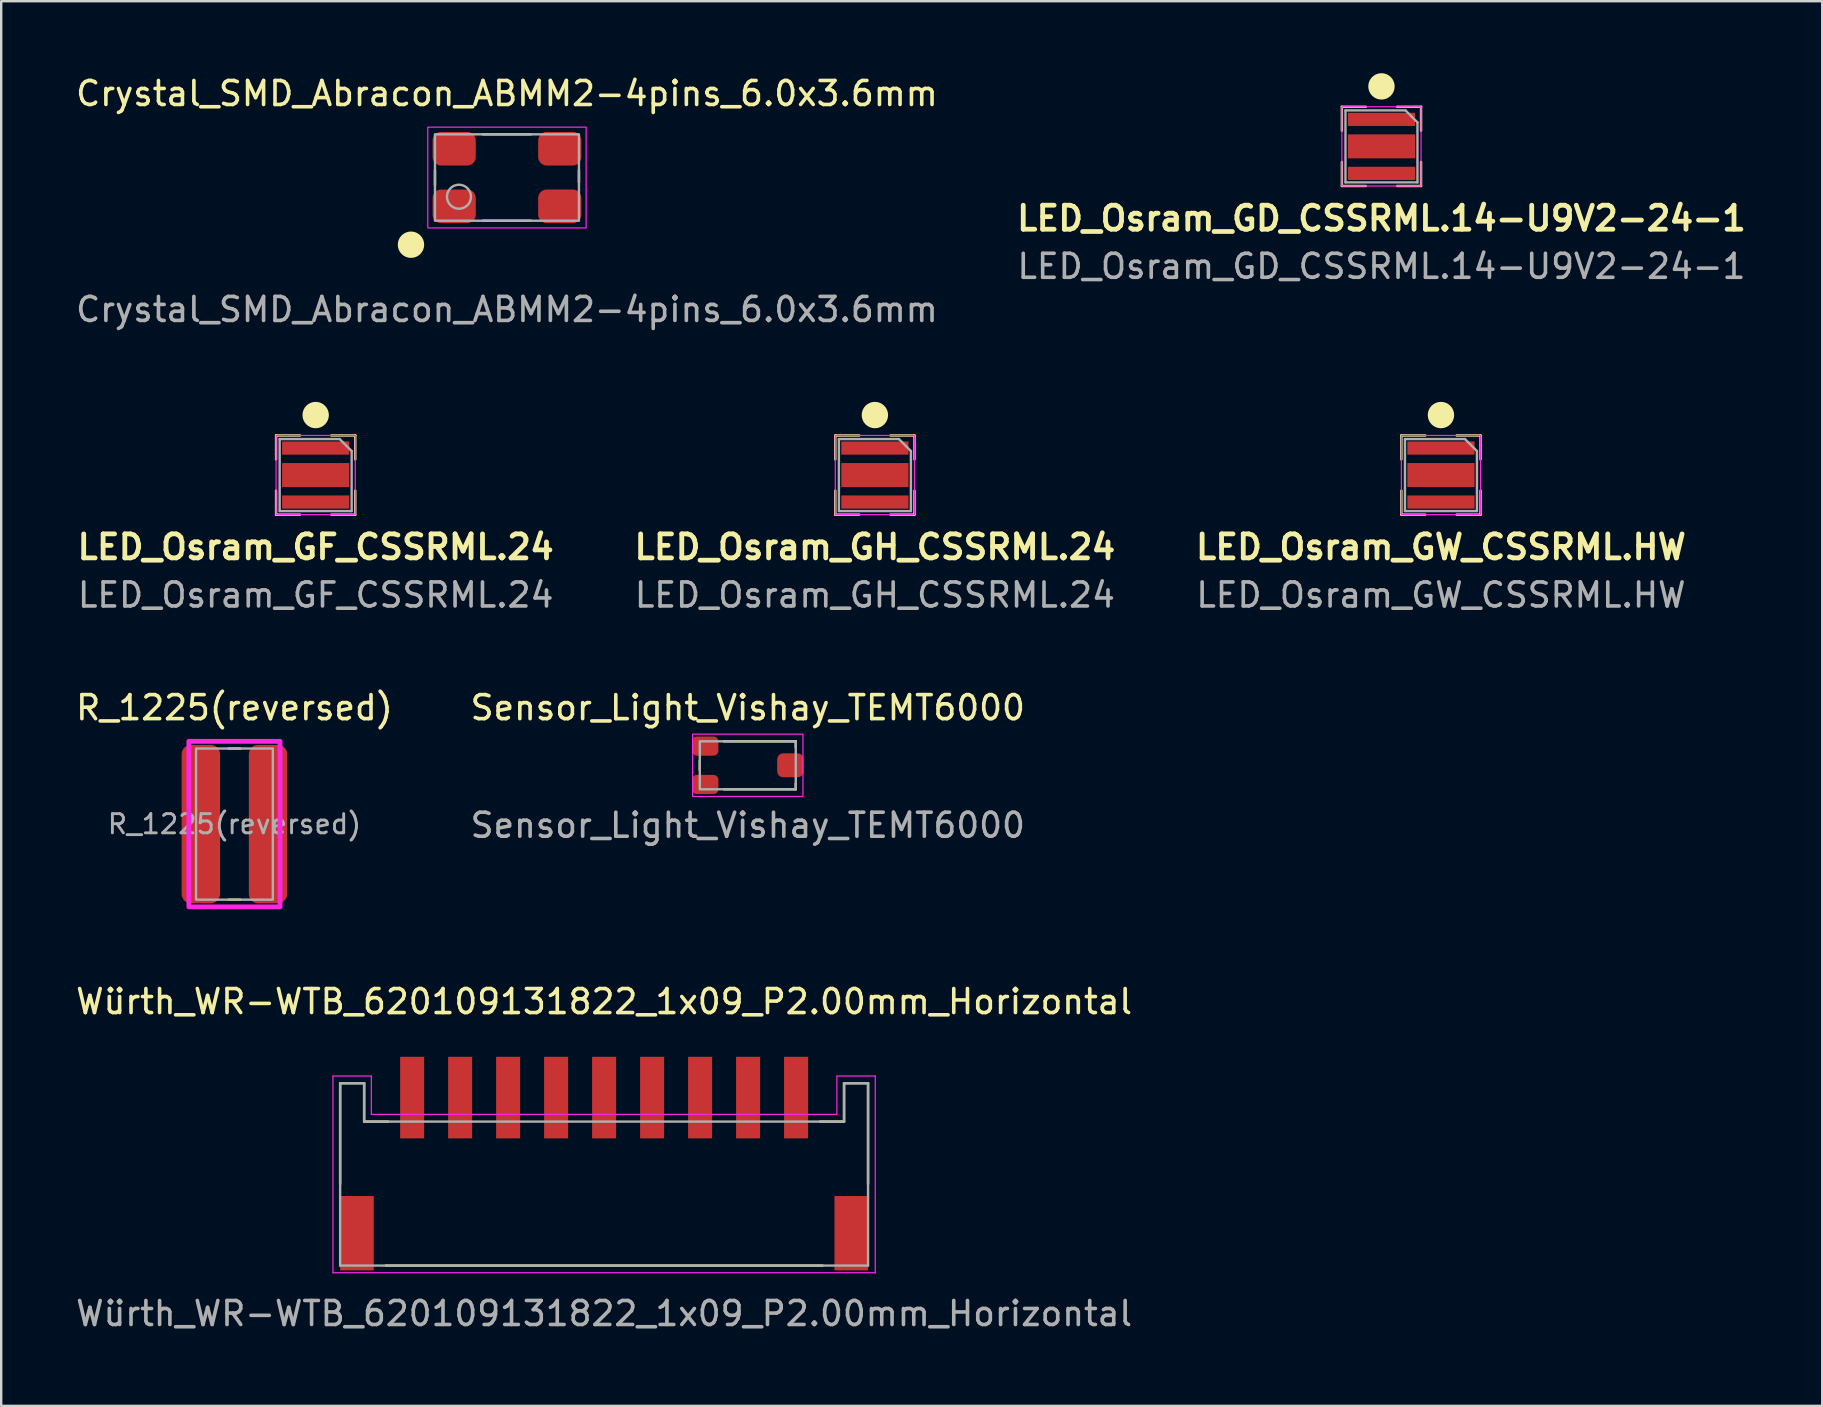
<source format=kicad_pcb>
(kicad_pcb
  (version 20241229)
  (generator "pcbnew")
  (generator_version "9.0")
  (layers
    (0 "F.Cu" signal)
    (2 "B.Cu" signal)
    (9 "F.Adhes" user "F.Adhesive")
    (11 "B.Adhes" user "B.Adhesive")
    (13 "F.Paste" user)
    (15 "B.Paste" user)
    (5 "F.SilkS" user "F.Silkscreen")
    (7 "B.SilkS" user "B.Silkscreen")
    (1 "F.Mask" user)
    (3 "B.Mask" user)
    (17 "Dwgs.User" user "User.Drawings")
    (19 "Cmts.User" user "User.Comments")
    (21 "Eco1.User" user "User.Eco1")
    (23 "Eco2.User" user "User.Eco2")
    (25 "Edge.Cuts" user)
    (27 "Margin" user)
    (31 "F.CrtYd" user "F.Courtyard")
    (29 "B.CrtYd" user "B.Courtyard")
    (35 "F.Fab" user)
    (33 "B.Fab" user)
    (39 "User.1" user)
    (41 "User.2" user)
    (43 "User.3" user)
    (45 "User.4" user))
  (footprint "LED_Osram_GD_CSSRML.14-U9V2-24-1"
    (layer "F.Cu")
    (at 54.521 3.05)
    (property "Reference" "LED_Osram_GD_CSSRML.14-U9V2-24-1" (at 0 3 0) (unlocked yes) (layer "F.SilkS") (effects (font (size 1 1) (thickness 0.2) (bold yes))))
    (attr smd)
    (fp_line (start -1.65 -1.65) (end -0.65 -1.65) (stroke (width 0.1) (type default)) (layer "F.SilkS"))
    (fp_line (start -1.65 -0.65) (end -1.65 -1.65) (stroke (width 0.1) (type default)) (layer "F.SilkS"))
    (fp_line (start -1.65 0.65) (end -1.65 1.65) (stroke (width 0.1) (type default)) (layer "F.SilkS"))
    (fp_line (start -0.65 1.65) (end -1.65 1.65) (stroke (width 0.1) (type default)) (layer "F.SilkS"))
    (fp_line (start 0.65 -1.65) (end 1.65 -1.65) (stroke (width 0.1) (type default)) (layer "F.SilkS"))
    (fp_line (start 0.65 1.65) (end 1.65 1.65) (stroke (width 0.1) (type default)) (layer "F.SilkS"))
    (fp_line (start 1.65 -0.65) (end 1.65 -1.65) (stroke (width 0.1) (type default)) (layer "F.SilkS"))
    (fp_line (start 1.65 0.65) (end 1.65 1.65) (stroke (width 0.1) (type default)) (layer "F.SilkS"))
    (fp_circle (center 0 -2.5) (end 0.5 -2.5) (stroke (width 0.1) (type solid)) (fill yes) (layer "F.SilkS"))
    (fp_rect (start -1.65 -1.65) (end 1.65 1.65) (stroke (width 0.05) (type default)) (fill no) (layer "F.CrtYd"))
    (fp_line (start -1.5 -1.5) (end 1 -1.5) (stroke (width 0.1) (type default)) (layer "F.Fab"))
    (fp_line (start -1.5 1.5) (end -1.5 -1.5) (stroke (width 0.1) (type default)) (layer "F.Fab"))
    (fp_line (start 1 -1.5) (end 1.5 -1) (stroke (width 0.1) (type default)) (layer "F.Fab"))
    (fp_line (start 1.5 -1) (end 1.5 1.5) (stroke (width 0.1) (type default)) (layer "F.Fab"))
    (fp_line (start 1.5 1.5) (end -1.5 1.5) (stroke (width 0.1) (type default)) (layer "F.Fab"))
    (fp_text user "${REFERENCE}" (at 0 5 0) (unlocked yes) (layer "F.Fab") (effects (font (size 1 1) (thickness 0.15))))
    (pad "1" smd rect (at 0 -1.125 180) (size 2.8 0.55) (layers "F.Cu" "F.Mask" "F.Paste"))
    (pad "2" smd rect (at 0 1.125) (size 2.8 0.55) (layers "F.Cu" "F.Mask" "F.Paste"))
    (pad "3" smd rect (at 0 0 180) (size 2.8 1) (layers "F.Cu" "F.Mask" "F.Paste")))
  (footprint "LED_Osram_GF_CSSRML.24"
    (layer "F.Cu")
    (at 10.105 16.747)
    (property "Reference" "LED_Osram_GF_CSSRML.24" (at 0 3 0) (unlocked yes) (layer "F.SilkS") (effects (font (size 1 1) (thickness 0.2) (bold yes))))
    (attr smd)
    (fp_line (start -1.65 -1.65) (end -0.65 -1.65) (stroke (width 0.1) (type default)) (layer "F.SilkS"))
    (fp_line (start -1.65 -0.65) (end -1.65 -1.65) (stroke (width 0.1) (type default)) (layer "F.SilkS"))
    (fp_line (start -1.65 0.65) (end -1.65 1.65) (stroke (width 0.1) (type default)) (layer "F.SilkS"))
    (fp_line (start -0.65 1.65) (end -1.65 1.65) (stroke (width 0.1) (type default)) (layer "F.SilkS"))
    (fp_line (start 0.65 -1.65) (end 1.65 -1.65) (stroke (width 0.1) (type default)) (layer "F.SilkS"))
    (fp_line (start 0.65 1.65) (end 1.65 1.65) (stroke (width 0.1) (type default)) (layer "F.SilkS"))
    (fp_line (start 1.65 -0.65) (end 1.65 -1.65) (stroke (width 0.1) (type default)) (layer "F.SilkS"))
    (fp_line (start 1.65 0.65) (end 1.65 1.65) (stroke (width 0.1) (type default)) (layer "F.SilkS"))
    (fp_circle (center 0 -2.5) (end 0.5 -2.5) (stroke (width 0.1) (type solid)) (fill yes) (layer "F.SilkS"))
    (fp_rect (start -1.65 -1.65) (end 1.65 1.65) (stroke (width 0.05) (type default)) (fill no) (layer "F.CrtYd"))
    (fp_line (start -1.5 -1.5) (end 1 -1.5) (stroke (width 0.1) (type default)) (layer "F.Fab"))
    (fp_line (start -1.5 1.5) (end -1.5 -1.5) (stroke (width 0.1) (type default)) (layer "F.Fab"))
    (fp_line (start 1 -1.5) (end 1.5 -1) (stroke (width 0.1) (type default)) (layer "F.Fab"))
    (fp_line (start 1.5 -1) (end 1.5 1.5) (stroke (width 0.1) (type default)) (layer "F.Fab"))
    (fp_line (start 1.5 1.5) (end -1.5 1.5) (stroke (width 0.1) (type default)) (layer "F.Fab"))
    (fp_text user "${REFERENCE}" (at 0 5 0) (unlocked yes) (layer "F.Fab") (effects (font (size 1 1) (thickness 0.15))))
    (pad "1" smd rect (at 0 -1.125 180) (size 2.8 0.55) (layers "F.Cu" "F.Mask" "F.Paste"))
    (pad "2" smd rect (at 0 1.125) (size 2.8 0.55) (layers "F.Cu" "F.Mask" "F.Paste"))
    (pad "3" smd rect (at 0 0 180) (size 2.8 1) (layers "F.Cu" "F.Mask" "F.Paste")))
  (footprint "LED_Osram_GW_CSSRML.HW"
    (layer "F.Cu")
    (at 57 16.747)
    (property "Reference" "LED_Osram_GW_CSSRML.HW" (at 0 3 0) (unlocked yes) (layer "F.SilkS") (effects (font (size 1 1) (thickness 0.2) (bold yes))))
    (attr smd)
    (fp_line (start -1.65 -1.65) (end -0.65 -1.65) (stroke (width 0.1) (type default)) (layer "F.SilkS"))
    (fp_line (start -1.65 -0.65) (end -1.65 -1.65) (stroke (width 0.1) (type default)) (layer "F.SilkS"))
    (fp_line (start -1.65 0.65) (end -1.65 1.65) (stroke (width 0.1) (type default)) (layer "F.SilkS"))
    (fp_line (start -0.65 1.65) (end -1.65 1.65) (stroke (width 0.1) (type default)) (layer "F.SilkS"))
    (fp_line (start 0.65 -1.65) (end 1.65 -1.65) (stroke (width 0.1) (type default)) (layer "F.SilkS"))
    (fp_line (start 0.65 1.65) (end 1.65 1.65) (stroke (width 0.1) (type default)) (layer "F.SilkS"))
    (fp_line (start 1.65 -0.65) (end 1.65 -1.65) (stroke (width 0.1) (type default)) (layer "F.SilkS"))
    (fp_line (start 1.65 0.65) (end 1.65 1.65) (stroke (width 0.1) (type default)) (layer "F.SilkS"))
    (fp_circle (center 0 -2.5) (end 0.5 -2.5) (stroke (width 0.1) (type solid)) (fill yes) (layer "F.SilkS"))
    (fp_rect (start -1.65 -1.65) (end 1.65 1.65) (stroke (width 0.05) (type default)) (fill no) (layer "F.CrtYd"))
    (fp_line (start -1.5 -1.5) (end 1 -1.5) (stroke (width 0.1) (type default)) (layer "F.Fab"))
    (fp_line (start -1.5 1.5) (end -1.5 -1.5) (stroke (width 0.1) (type default)) (layer "F.Fab"))
    (fp_line (start 1 -1.5) (end 1.5 -1) (stroke (width 0.1) (type default)) (layer "F.Fab"))
    (fp_line (start 1.5 -1) (end 1.5 1.5) (stroke (width 0.1) (type default)) (layer "F.Fab"))
    (fp_line (start 1.5 1.5) (end -1.5 1.5) (stroke (width 0.1) (type default)) (layer "F.Fab"))
    (fp_text user "${REFERENCE}" (at 0 5 0) (unlocked yes) (layer "F.Fab") (effects (font (size 1 1) (thickness 0.15))))
    (pad "1" smd rect (at 0 -1.125 180) (size 2.8 0.55) (layers "F.Cu" "F.Mask" "F.Paste"))
    (pad "2" smd rect (at 0 1.125) (size 2.8 0.55) (layers "F.Cu" "F.Mask" "F.Paste"))
    (pad "3" smd rect (at 0 0 180) (size 2.8 1) (layers "F.Cu" "F.Mask" "F.Paste")))
  (footprint "Sensor_Light_Vishay_TEMT6000"
    (layer "F.Cu")
    (at 28.113 28.843)
    (property "Reference" "Sensor_Light_Vishay_TEMT6000" (at 0 -2.4 0) (unlocked yes) (layer "F.SilkS") (effects (font (size 1 1) (thickness 0.15))))
    (attr smd)
    (fp_line (start -2 -0.2) (end -2 0.2) (stroke (width 0.1) (type default)) (layer "F.SilkS"))
    (fp_line (start -1 -1) (end 2 -1) (stroke (width 0.1) (type default)) (layer "F.SilkS"))
    (fp_line (start -1 1) (end 2 1) (stroke (width 0.1) (type default)) (layer "F.SilkS"))
    (fp_line (start 2 -1) (end 2 -0.75) (stroke (width 0.1) (type default)) (layer "F.SilkS"))
    (fp_line (start 2 1) (end 2 0.75) (stroke (width 0.1) (type default)) (layer "F.SilkS"))
    (fp_rect (start -2.3 -1.3) (end 2.3 1.3) (stroke (width 0.05) (type default)) (fill no) (layer "F.CrtYd"))
    (fp_rect (start -2 -1) (end 2 1) (stroke (width 0.1) (type default)) (fill no) (layer "F.Fab"))
    (fp_text user "${REFERENCE}" (at 0 2.5 0) (unlocked yes) (layer "F.Fab") (effects (font (size 1 1) (thickness 0.15))))
    (pad "1" smd roundrect (at -1.775 -0.8) (size 1.1 0.8) (layers "F.Cu" "F.Mask" "F.Paste") (roundrect_rratio 0.25))
    (pad "2" smd roundrect (at 1.775 0) (size 1.1 1) (layers "F.Cu" "F.Mask" "F.Paste") (roundrect_rratio 0.25))
    (pad "3" smd roundrect (at -1.775 0.8) (size 1.1 0.8) (layers "F.Cu" "F.Mask" "F.Paste") (roundrect_rratio 0.25)))
  (footprint "R_1225(reversed)"
    (layer "F.Cu")
    (at 6.72 31.293)
    (property "Reference" "R_1225(reversed)" (at 0 -4.85 0) (layer "F.SilkS") (effects (font (size 1 1) (thickness 0.15))))
    (attr smd)
    (fp_line (start -0.25 -3.15) (end 0.25 -3.15) (stroke (width 0.1) (type default)) (layer "F.SilkS"))
    (fp_line (start -0.25 3.15) (end 0.25 3.15) (stroke (width 0.1) (type default)) (layer "F.SilkS"))
    (fp_rect (start -1.9 -3.45) (end 1.9 3.45) (stroke (width 0.2) (type default)) (fill no) (layer "F.CrtYd"))
    (fp_rect (start -1.6 -3.15) (end 1.6 3.15) (stroke (width 0.1) (type default)) (fill no) (layer "F.Fab"))
    (fp_text user "${REFERENCE}" (at 0 0 0) (layer "F.Fab") (effects (font (size 0.8 0.8) (thickness 0.12))))
    (pad "1" smd roundrect (at -1.4 0) (size 1.6 6.6) (layers "F.Cu" "F.Mask" "F.Paste") (roundrect_rratio 0.238))
    (pad "2" smd roundrect (at 1.4 0) (size 1.6 6.6) (layers "F.Cu" "F.Mask" "F.Paste") (roundrect_rratio 0.238)))
  (footprint "LED_Osram_GH_CSSRML.24"
    (layer "F.Cu")
    (at 33.41 16.747)
    (property "Reference" "LED_Osram_GH_CSSRML.24" (at 0 3 0) (unlocked yes) (layer "F.SilkS") (effects (font (size 1 1) (thickness 0.2) (bold yes))))
    (attr smd)
    (fp_line (start -1.65 -1.65) (end -0.65 -1.65) (stroke (width 0.1) (type default)) (layer "F.SilkS"))
    (fp_line (start -1.65 -0.65) (end -1.65 -1.65) (stroke (width 0.1) (type default)) (layer "F.SilkS"))
    (fp_line (start -1.65 0.65) (end -1.65 1.65) (stroke (width 0.1) (type default)) (layer "F.SilkS"))
    (fp_line (start -0.65 1.65) (end -1.65 1.65) (stroke (width 0.1) (type default)) (layer "F.SilkS"))
    (fp_line (start 0.65 -1.65) (end 1.65 -1.65) (stroke (width 0.1) (type default)) (layer "F.SilkS"))
    (fp_line (start 0.65 1.65) (end 1.65 1.65) (stroke (width 0.1) (type default)) (layer "F.SilkS"))
    (fp_line (start 1.65 -0.65) (end 1.65 -1.65) (stroke (width 0.1) (type default)) (layer "F.SilkS"))
    (fp_line (start 1.65 0.65) (end 1.65 1.65) (stroke (width 0.1) (type default)) (layer "F.SilkS"))
    (fp_circle (center 0 -2.5) (end 0.5 -2.5) (stroke (width 0.1) (type solid)) (fill yes) (layer "F.SilkS"))
    (fp_rect (start -1.65 -1.65) (end 1.65 1.65) (stroke (width 0.05) (type default)) (fill no) (layer "F.CrtYd"))
    (fp_line (start -1.5 -1.5) (end 1 -1.5) (stroke (width 0.1) (type default)) (layer "F.Fab"))
    (fp_line (start -1.5 1.5) (end -1.5 -1.5) (stroke (width 0.1) (type default)) (layer "F.Fab"))
    (fp_line (start 1 -1.5) (end 1.5 -1) (stroke (width 0.1) (type default)) (layer "F.Fab"))
    (fp_line (start 1.5 -1) (end 1.5 1.5) (stroke (width 0.1) (type default)) (layer "F.Fab"))
    (fp_line (start 1.5 1.5) (end -1.5 1.5) (stroke (width 0.1) (type default)) (layer "F.Fab"))
    (fp_text user "${REFERENCE}" (at 0 5 0) (unlocked yes) (layer "F.Fab") (effects (font (size 1 1) (thickness 0.15))))
    (pad "1" smd rect (at 0 -1.125 180) (size 2.8 0.55) (layers "F.Cu" "F.Mask" "F.Paste"))
    (pad "2" smd rect (at 0 1.125) (size 2.8 0.55) (layers "F.Cu" "F.Mask" "F.Paste"))
    (pad "3" smd rect (at 0 0 180) (size 2.8 1) (layers "F.Cu" "F.Mask" "F.Paste")))
  (footprint "Würth_WR-WTB_620109131822_1x09_P2.00mm_Horizontal"
    (layer "F.Cu")
    (at 22.125 42.691)
    (property "Reference" "Würth_WR-WTB_620109131822_1x09_P2.00mm_Horizontal" (at 0 -4 0) (unlocked yes) (layer "F.SilkS") (effects (font (size 1 1) (thickness 0.15))))
    (attr smd)
    (fp_line (start -11 -0.6) (end -11 3.6) (stroke (width 0.1) (type default)) (layer "F.SilkS"))
    (fp_line (start -10 -0.6) (end -11 -0.6) (stroke (width 0.1) (type default)) (layer "F.SilkS"))
    (fp_line (start -10 1) (end -10 -0.6) (stroke (width 0.1) (type default)) (layer "F.SilkS"))
    (fp_line (start -9.1 7) (end 9.1 7) (stroke (width 0.1) (type default)) (layer "F.SilkS"))
    (fp_line (start -9 1) (end -10 1) (stroke (width 0.1) (type default)) (layer "F.SilkS"))
    (fp_line (start 10 -0.6) (end 10 1) (stroke (width 0.1) (type default)) (layer "F.SilkS"))
    (fp_line (start 10 1) (end 9 1) (stroke (width 0.1) (type default)) (layer "F.SilkS"))
    (fp_line (start 11 -0.6) (end 10 -0.6) (stroke (width 0.1) (type default)) (layer "F.SilkS"))
    (fp_line (start 11 3.6) (end 11 -0.6) (stroke (width 0.1) (type default)) (layer "F.SilkS"))
    (fp_line (start -11.3 -0.9) (end -11.3 7.3) (stroke (width 0.05) (type default)) (layer "F.CrtYd"))
    (fp_line (start -11.3 7.3) (end 11.3 7.3) (stroke (width 0.05) (type default)) (layer "F.CrtYd"))
    (fp_line (start -9.7 -0.9) (end -11.3 -0.9) (stroke (width 0.05) (type default)) (layer "F.CrtYd"))
    (fp_line (start -9.7 0.7) (end -9.7 -0.9) (stroke (width 0.05) (type default)) (layer "F.CrtYd"))
    (fp_line (start 9.7 -0.9) (end 9.7 0.7) (stroke (width 0.05) (type default)) (layer "F.CrtYd"))
    (fp_line (start 9.7 0.7) (end -9.7 0.7) (stroke (width 0.05) (type default)) (layer "F.CrtYd"))
    (fp_line (start 11.3 -0.9) (end 9.7 -0.9) (stroke (width 0.05) (type default)) (layer "F.CrtYd"))
    (fp_line (start 11.3 7.3) (end 11.3 -0.9) (stroke (width 0.05) (type default)) (layer "F.CrtYd"))
    (fp_line (start -11 -0.6) (end -11 7) (stroke (width 0.1) (type default)) (layer "F.Fab"))
    (fp_line (start -11 -0.6) (end -10 -0.6) (stroke (width 0.1) (type default)) (layer "F.Fab"))
    (fp_line (start -11 7) (end 11 7) (stroke (width 0.1) (type default)) (layer "F.Fab"))
    (fp_line (start -10 -0.6) (end -10 1) (stroke (width 0.1) (type default)) (layer "F.Fab"))
    (fp_line (start 10 -0.6) (end 10 1) (stroke (width 0.1) (type default)) (layer "F.Fab"))
    (fp_line (start 10 1) (end -10 1) (stroke (width 0.1) (type default)) (layer "F.Fab"))
    (fp_line (start 11 -0.6) (end 10 -0.6) (stroke (width 0.1) (type default)) (layer "F.Fab"))
    (fp_line (start 11 7) (end 11 -0.6) (stroke (width 0.1) (type default)) (layer "F.Fab"))
    (fp_text user "${REFERENCE}" (at 0 9 0) (unlocked yes) (layer "F.Fab") (effects (font (size 1 1) (thickness 0.15))))
    (pad "1" smd rect (at -8 0) (size 1 3.4) (layers "F.Cu" "F.Mask" "F.Paste"))
    (pad "2" smd rect (at -6 0) (size 1 3.4) (layers "F.Cu" "F.Mask" "F.Paste"))
    (pad "3" smd rect (at -4 0) (size 1 3.4) (layers "F.Cu" "F.Mask" "F.Paste"))
    (pad "4" smd rect (at -2 0) (size 1 3.4) (layers "F.Cu" "F.Mask" "F.Paste"))
    (pad "5" smd rect (at 0 0) (size 1 3.4) (layers "F.Cu" "F.Mask" "F.Paste"))
    (pad "6" smd rect (at 2 0) (size 1 3.4) (layers "F.Cu" "F.Mask" "F.Paste"))
    (pad "7" smd rect (at 4 0) (size 1 3.4) (layers "F.Cu" "F.Mask" "F.Paste"))
    (pad "8" smd rect (at 6 0) (size 1 3.4) (layers "F.Cu" "F.Mask" "F.Paste"))
    (pad "9" smd rect (at 8 0) (size 1 3.4) (layers "F.Cu" "F.Mask" "F.Paste"))
    (pad "MP" smd rect (at -10.3 5.65) (size 1.4 3.1) (layers "F.Cu" "F.Mask" "F.Paste"))
    (pad "MP" smd rect (at 10.3 5.65) (size 1.4 3.1) (layers "F.Cu" "F.Mask" "F.Paste")))
  (footprint "Crystal_SMD_Abracon_ABMM2-4pins_6.0x3.6mm"
    (layer "F.Cu")
    (at 18.077 4.348)
    (property "Reference" "Crystal_SMD_Abracon_ABMM2-4pins_6.0x3.6mm" (at 0 -3.5 0) (unlocked yes) (layer "F.SilkS") (effects (font (size 1 1) (thickness 0.15))))
    (attr smd)
    (fp_line (start -3 -0.3) (end -3 0.3) (stroke (width 0.1) (type default)) (layer "F.SilkS"))
    (fp_line (start -1 -1.8) (end 1 -1.8) (stroke (width 0.1) (type default)) (layer "F.SilkS"))
    (fp_line (start 1 1.8) (end -1 1.8) (stroke (width 0.1) (type default)) (layer "F.SilkS"))
    (fp_line (start 3 -0.3) (end 3 0.2) (stroke (width 0.1) (type default)) (layer "F.SilkS"))
    (fp_circle (center -4 2.8) (end -3.5 2.8) (stroke (width 0.1) (type solid)) (fill yes) (layer "F.SilkS"))
    (fp_rect (start -3.3 -2.1) (end 3.3 2.1) (stroke (width 0.05) (type default)) (fill no) (layer "F.CrtYd"))
    (fp_rect (start -3 -1.8) (end 3 1.8) (stroke (width 0.1) (type default)) (fill no) (layer "F.Fab"))
    (fp_circle (center -2 0.8) (end -1.5 0.8) (stroke (width 0.1) (type solid)) (fill no) (layer "F.Fab"))
    (fp_text user "${REFERENCE}" (at 0 5.5 0) (unlocked yes) (layer "F.Fab") (effects (font (size 1 1) (thickness 0.15))))
    (pad "1" smd roundrect (at -2.2 1.2) (size 1.8 1.4) (layers "F.Cu" "F.Mask" "F.Paste") (roundrect_rratio 0.25))
    (pad "2" smd roundrect (at 2.2 1.2) (size 1.8 1.4) (layers "F.Cu" "F.Mask" "F.Paste") (roundrect_rratio 0.25))
    (pad "3" smd roundrect (at 2.2 -1.2) (size 1.8 1.4) (layers "F.Cu" "F.Mask" "F.Paste") (roundrect_rratio 0.25))
    (pad "4" smd roundrect (at -2.2 -1.2) (size 1.8 1.4) (layers "F.Cu" "F.Mask" "F.Paste") (roundrect_rratio 0.25)))
  (gr_rect
    (start -3 -3)
    (end 72.888 55.539)
    (stroke (width 0.1) (type default))
    (fill no)
    (layer "Edge.Cuts")))
</source>
